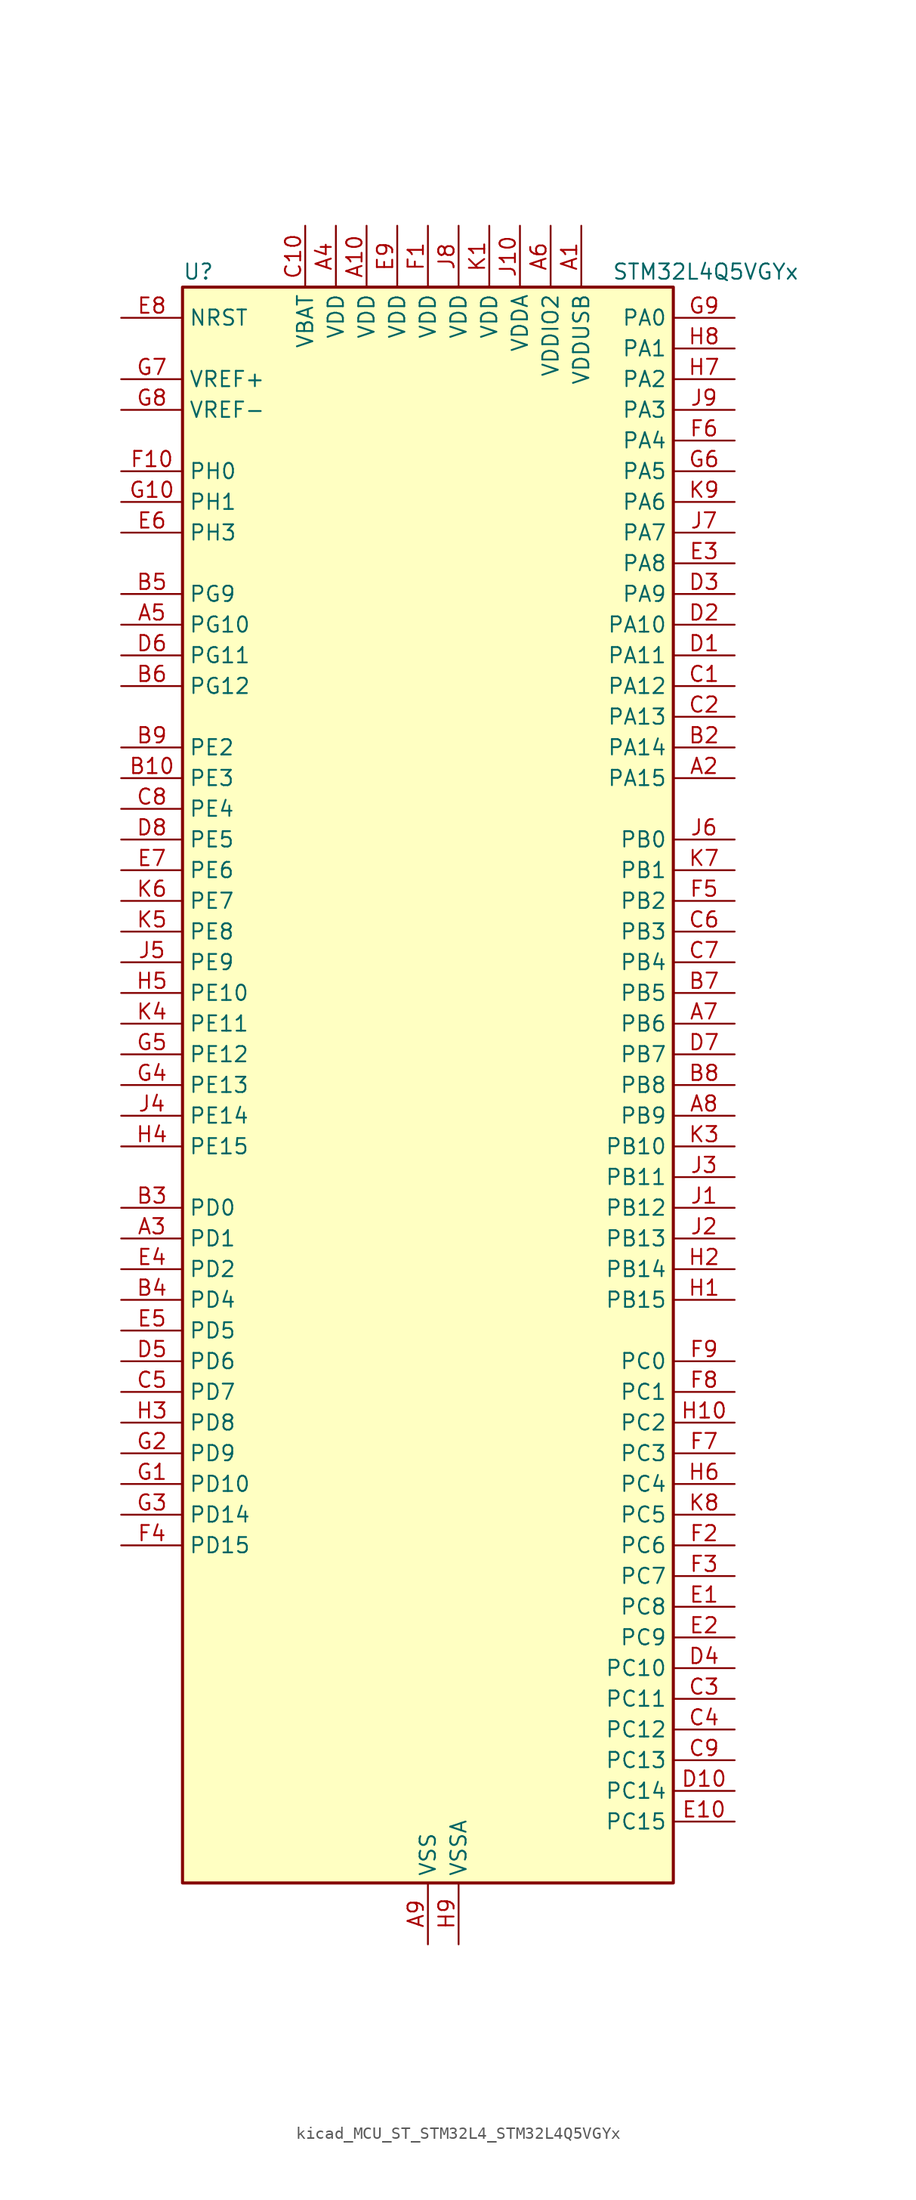
<source format=kicad_sym>
(kicad_symbol_lib
  (version 20220914)
  (generator kicad_symbol_editor)
  (symbol "kicad_MCU_ST_STM32L4_STM32L4Q5VGYx"
    (property "Reference" "U"
      (at -20.32 67.31 0)
      (effects (font (size 1.27 1.27)) (justify left)))
    (property "Value" "STM32L4Q5VGYx"
      (at 15.24 67.31 0)
      (effects (font (size 1.27 1.27)) (justify left)))
    (property "ki_locked" ""
      (at 0 0 0)
      (effects (font (size 1.27 1.27))))
    (symbol "kicad_MCU_ST_STM32L4_STM32L4Q5VGYx_0_1"
      (rectangle (start -20.32 -66.04) (end 20.32 66.04) (stroke (width 0.254) (type default)) (fill (type background))))
    (symbol "kicad_MCU_ST_STM32L4_STM32L4Q5VGYx_1_1"
      (pin power_in line (at 12.7 71.12 270) (length 5.08) (name "VDDUSB" (effects (font (size 1.27 1.27)))) (number "A1" (effects (font (size 1.27 1.27)))))
      (pin power_in line (at -5.08 71.12 270) (length 5.08) (name "VDD" (effects (font (size 1.27 1.27)))) (number "A10" (effects (font (size 1.27 1.27)))))
      (pin bidirectional line (at 25.4 25.4 180) (length 5.08) (name "PA15" (effects (font (size 1.27 1.27)))) (number "A2" (effects (font (size 1.27 1.27)))) (alternate "ADC1_EXTI15" bidirectional line) (alternate "ADC2_EXTI15" bidirectional line) (alternate "LTDC_HSYNC" bidirectional line) (alternate "SAI2_FS_B" bidirectional line) (alternate "SPI1_NSS" bidirectional line) (alternate "SPI3_NSS" bidirectional line) (alternate "SYS_JTDI" bidirectional line) (alternate "TIM2_CH1" bidirectional line) (alternate "TIM2_ETR" bidirectional line) (alternate "TSC_G3_IO1" bidirectional line) (alternate "UART4_DE" bidirectional line) (alternate "UART4_RTS" bidirectional line) (alternate "USART2_RX" bidirectional line) (alternate "USART3_DE" bidirectional line) (alternate "USART3_RTS" bidirectional line))
      (pin bidirectional line (at -25.4 -12.7 0) (length 5.08) (name "PD1" (effects (font (size 1.27 1.27)))) (number "A3" (effects (font (size 1.27 1.27)))) (alternate "CAN1_TX" bidirectional line) (alternate "FMC_D3" bidirectional line) (alternate "FMC_DA3" bidirectional line) (alternate "LTDC_B5" bidirectional line) (alternate "SPI2_SCK" bidirectional line))
      (pin power_in line (at -7.62 71.12 270) (length 5.08) (name "VDD" (effects (font (size 1.27 1.27)))) (number "A4" (effects (font (size 1.27 1.27)))))
      (pin bidirectional line (at -25.4 38.1 0) (length 5.08) (name "PG10" (effects (font (size 1.27 1.27)))) (number "A5" (effects (font (size 1.27 1.27)))) (alternate "FMC_NE3" bidirectional line) (alternate "LPTIM1_IN1" bidirectional line) (alternate "OCTOSPIM_P2_IO7" bidirectional line) (alternate "SAI2_FS_A" bidirectional line) (alternate "SDMMC2_D1" bidirectional line) (alternate "SPI3_MISO" bidirectional line) (alternate "TIM15_CH1" bidirectional line) (alternate "USART1_RX" bidirectional line))
      (pin power_in line (at 10.16 71.12 270) (length 5.08) (name "VDDIO2" (effects (font (size 1.27 1.27)))) (number "A6" (effects (font (size 1.27 1.27)))))
      (pin bidirectional line (at 25.4 5.08 180) (length 5.08) (name "PB6" (effects (font (size 1.27 1.27)))) (number "A7" (effects (font (size 1.27 1.27)))) (alternate "COMP2_INP" bidirectional line) (alternate "DCMI_D5" bidirectional line) (alternate "I2C1_SCL" bidirectional line) (alternate "I2C4_SCL" bidirectional line) (alternate "LPTIM1_ETR" bidirectional line) (alternate "LTDC_R6" bidirectional line) (alternate "PSSI_D5" bidirectional line) (alternate "SAI1_FS_B" bidirectional line) (alternate "TIM16_CH1N" bidirectional line) (alternate "TIM4_CH1" bidirectional line) (alternate "TIM8_BKIN2" bidirectional line) (alternate "TSC_G2_IO3" bidirectional line) (alternate "USART1_TX" bidirectional line))
      (pin bidirectional line (at 25.4 -2.54 180) (length 5.08) (name "PB9" (effects (font (size 1.27 1.27)))) (number "A8" (effects (font (size 1.27 1.27)))) (alternate "CAN1_TX" bidirectional line) (alternate "DAC1_EXTI9" bidirectional line) (alternate "DCMI_D7" bidirectional line) (alternate "I2C1_SDA" bidirectional line) (alternate "IR_OUT" bidirectional line) (alternate "PSSI_D7" bidirectional line) (alternate "SAI1_D2" bidirectional line) (alternate "SAI1_FS_A" bidirectional line) (alternate "SDMMC1_CDIR" bidirectional line) (alternate "SDMMC1_D5" bidirectional line) (alternate "SDMMC2_D5" bidirectional line) (alternate "SPI2_NSS" bidirectional line) (alternate "TIM17_CH1" bidirectional line) (alternate "TIM4_CH4" bidirectional line))
      (pin power_in line (at 0 -71.12 90) (length 5.08) (name "VSS" (effects (font (size 1.27 1.27)))) (number "A9" (effects (font (size 1.27 1.27)))))
      (pin passive line (at 0 -71.12 90) (length 5.08) hide (name "VSS" (effects (font (size 1.27 1.27)))) (number "B1" (effects (font (size 1.27 1.27)))))
      (pin bidirectional line (at -25.4 25.4 0) (length 5.08) (name "PE3" (effects (font (size 1.27 1.27)))) (number "B10" (effects (font (size 1.27 1.27)))) (alternate "FMC_A19" bidirectional line) (alternate "LTDC_R6" bidirectional line) (alternate "OCTOSPIM_P1_DQS" bidirectional line) (alternate "SAI1_SD_B" bidirectional line) (alternate "SYS_TRACED0" bidirectional line) (alternate "TIM3_CH1" bidirectional line) (alternate "TSC_G7_IO2" bidirectional line))
      (pin bidirectional line (at 25.4 27.94 180) (length 5.08) (name "PA14" (effects (font (size 1.27 1.27)))) (number "B2" (effects (font (size 1.27 1.27)))) (alternate "I2C1_SMBA" bidirectional line) (alternate "I2C4_SMBA" bidirectional line) (alternate "LPTIM1_OUT" bidirectional line) (alternate "SAI1_FS_B" bidirectional line) (alternate "SYS_JTCK-SWCLK" bidirectional line) (alternate "USB_OTG_FS_SOF" bidirectional line))
      (pin bidirectional line (at -25.4 -10.16 0) (length 5.08) (name "PD0" (effects (font (size 1.27 1.27)))) (number "B3" (effects (font (size 1.27 1.27)))) (alternate "CAN1_RX" bidirectional line) (alternate "FMC_D2" bidirectional line) (alternate "FMC_DA2" bidirectional line) (alternate "LTDC_B4" bidirectional line) (alternate "SPI2_NSS" bidirectional line))
      (pin bidirectional line (at -25.4 -17.78 0) (length 5.08) (name "PD4" (effects (font (size 1.27 1.27)))) (number "B4" (effects (font (size 1.27 1.27)))) (alternate "DFSDM1_CKIN0" bidirectional line) (alternate "FMC_NOE" bidirectional line) (alternate "OCTOSPIM_P1_IO4" bidirectional line) (alternate "SDMMC2_CKIN" bidirectional line) (alternate "SPI2_MOSI" bidirectional line) (alternate "USART2_DE" bidirectional line) (alternate "USART2_RTS" bidirectional line))
      (pin bidirectional line (at -25.4 40.64 0) (length 5.08) (name "PG9" (effects (font (size 1.27 1.27)))) (number "B5" (effects (font (size 1.27 1.27)))) (alternate "DAC1_EXTI9" bidirectional line) (alternate "FMC_NCE" bidirectional line) (alternate "FMC_NE2" bidirectional line) (alternate "OCTOSPIM_P2_IO6" bidirectional line) (alternate "SAI2_SCK_A" bidirectional line) (alternate "SDMMC2_D0" bidirectional line) (alternate "SPI3_SCK" bidirectional line) (alternate "TIM15_CH1N" bidirectional line) (alternate "USART1_TX" bidirectional line))
      (pin bidirectional line (at -25.4 33.02 0) (length 5.08) (name "PG12" (effects (font (size 1.27 1.27)))) (number "B6" (effects (font (size 1.27 1.27)))) (alternate "FMC_NE4" bidirectional line) (alternate "LPTIM1_ETR" bidirectional line) (alternate "OCTOSPIM_P2_NCS" bidirectional line) (alternate "SAI2_SD_A" bidirectional line) (alternate "SDMMC2_D3" bidirectional line) (alternate "SPI3_NSS" bidirectional line) (alternate "USART1_DE" bidirectional line) (alternate "USART1_RTS" bidirectional line))
      (pin bidirectional line (at 25.4 7.62 180) (length 5.08) (name "PB5" (effects (font (size 1.27 1.27)))) (number "B7" (effects (font (size 1.27 1.27)))) (alternate "COMP2_OUT" bidirectional line) (alternate "DCMI_D10" bidirectional line) (alternate "I2C1_SMBA" bidirectional line) (alternate "LPTIM1_IN1" bidirectional line) (alternate "OCTOSPIM_P1_IO0" bidirectional line) (alternate "PSSI_D10" bidirectional line) (alternate "SAI1_SD_B" bidirectional line) (alternate "SPI1_MOSI" bidirectional line) (alternate "SPI3_MOSI" bidirectional line) (alternate "TIM16_BKIN" bidirectional line) (alternate "TIM3_CH2" bidirectional line) (alternate "TSC_G2_IO2" bidirectional line) (alternate "UART5_CTS" bidirectional line) (alternate "USART1_CK" bidirectional line))
      (pin bidirectional line (at 25.4 0 180) (length 5.08) (name "PB8" (effects (font (size 1.27 1.27)))) (number "B8" (effects (font (size 1.27 1.27)))) (alternate "CAN1_RX" bidirectional line) (alternate "DCMI_D6" bidirectional line) (alternate "DFSDM1_CKOUT" bidirectional line) (alternate "I2C1_SCL" bidirectional line) (alternate "LTDC_DE" bidirectional line) (alternate "PSSI_D6" bidirectional line) (alternate "SAI1_CK1" bidirectional line) (alternate "SAI1_MCLK_A" bidirectional line) (alternate "SDMMC1_CKIN" bidirectional line) (alternate "SDMMC1_D4" bidirectional line) (alternate "SDMMC2_D4" bidirectional line) (alternate "TIM16_CH1" bidirectional line) (alternate "TIM4_CH3" bidirectional line))
      (pin bidirectional line (at -25.4 27.94 0) (length 5.08) (name "PE2" (effects (font (size 1.27 1.27)))) (number "B9" (effects (font (size 1.27 1.27)))) (alternate "FMC_A23" bidirectional line) (alternate "LTDC_R7" bidirectional line) (alternate "SAI1_CK1" bidirectional line) (alternate "SAI1_MCLK_A" bidirectional line) (alternate "SYS_TRACECLK" bidirectional line) (alternate "TIM3_ETR" bidirectional line) (alternate "TSC_G7_IO1" bidirectional line))
      (pin bidirectional line (at 25.4 33.02 180) (length 5.08) (name "PA12" (effects (font (size 1.27 1.27)))) (number "C1" (effects (font (size 1.27 1.27)))) (alternate "CAN1_TX" bidirectional line) (alternate "LTDC_VSYNC" bidirectional line) (alternate "OCTOSPIM_P2_NCS" bidirectional line) (alternate "SPI1_MOSI" bidirectional line) (alternate "TIM1_ETR" bidirectional line) (alternate "USART1_DE" bidirectional line) (alternate "USART1_RTS" bidirectional line) (alternate "USB_OTG_FS_DP" bidirectional line))
      (pin power_in line (at -10.16 71.12 270) (length 5.08) (name "VBAT" (effects (font (size 1.27 1.27)))) (number "C10" (effects (font (size 1.27 1.27)))))
      (pin bidirectional line (at 25.4 30.48 180) (length 5.08) (name "PA13" (effects (font (size 1.27 1.27)))) (number "C2" (effects (font (size 1.27 1.27)))) (alternate "IR_OUT" bidirectional line) (alternate "SAI1_SD_B" bidirectional line) (alternate "SYS_JTMS-SWDIO" bidirectional line) (alternate "USB_OTG_FS_NOE" bidirectional line))
      (pin bidirectional line (at 25.4 -50.8 180) (length 5.08) (name "PC11" (effects (font (size 1.27 1.27)))) (number "C3" (effects (font (size 1.27 1.27)))) (alternate "ADC1_EXTI11" bidirectional line) (alternate "ADC2_EXTI11" bidirectional line) (alternate "DCMI_D2" bidirectional line) (alternate "DCMI_D4" bidirectional line) (alternate "OCTOSPIM_P1_NCS" bidirectional line) (alternate "PSSI_D2" bidirectional line) (alternate "PSSI_D4" bidirectional line) (alternate "SAI2_MCLK_B" bidirectional line) (alternate "SDMMC1_D3" bidirectional line) (alternate "SPI3_MISO" bidirectional line) (alternate "TSC_G3_IO3" bidirectional line) (alternate "UART4_RX" bidirectional line) (alternate "USART3_RX" bidirectional line))
      (pin bidirectional line (at 25.4 -53.34 180) (length 5.08) (name "PC12" (effects (font (size 1.27 1.27)))) (number "C4" (effects (font (size 1.27 1.27)))) (alternate "DCMI_D9" bidirectional line) (alternate "LTDC_R6" bidirectional line) (alternate "PSSI_D9" bidirectional line) (alternate "SAI2_SD_B" bidirectional line) (alternate "SDMMC1_CK" bidirectional line) (alternate "SPI3_MOSI" bidirectional line) (alternate "SYS_TRACED3" bidirectional line) (alternate "TSC_G3_IO4" bidirectional line) (alternate "UART5_TX" bidirectional line) (alternate "USART3_CK" bidirectional line))
      (pin bidirectional line (at -25.4 -25.4 0) (length 5.08) (name "PD7" (effects (font (size 1.27 1.27)))) (number "C5" (effects (font (size 1.27 1.27)))) (alternate "DFSDM1_CKIN1" bidirectional line) (alternate "FMC_NCE" bidirectional line) (alternate "FMC_NE1" bidirectional line) (alternate "OCTOSPIM_P1_IO7" bidirectional line) (alternate "SDMMC2_CMD" bidirectional line) (alternate "USART2_CK" bidirectional line))
      (pin bidirectional line (at 25.4 12.7 180) (length 5.08) (name "PB3" (effects (font (size 1.27 1.27)))) (number "C6" (effects (font (size 1.27 1.27)))) (alternate "COMP2_INM" bidirectional line) (alternate "CRS_SYNC" bidirectional line) (alternate "OCTOSPIM_P1_IO4" bidirectional line) (alternate "SAI1_SCK_B" bidirectional line) (alternate "SDMMC2_D2" bidirectional line) (alternate "SPI1_SCK" bidirectional line) (alternate "SPI3_SCK" bidirectional line) (alternate "SYS_JTDO-SWO" bidirectional line) (alternate "TIM2_CH2" bidirectional line) (alternate "USART1_DE" bidirectional line) (alternate "USART1_RTS" bidirectional line))
      (pin bidirectional line (at 25.4 10.16 180) (length 5.08) (name "PB4" (effects (font (size 1.27 1.27)))) (number "C7" (effects (font (size 1.27 1.27)))) (alternate "COMP2_INP" bidirectional line) (alternate "DCMI_D12" bidirectional line) (alternate "I2C3_SDA" bidirectional line) (alternate "OCTOSPIM_P1_IO5" bidirectional line) (alternate "PSSI_D12" bidirectional line) (alternate "SAI1_MCLK_B" bidirectional line) (alternate "SDMMC2_D3" bidirectional line) (alternate "SPI1_MISO" bidirectional line) (alternate "SPI3_MISO" bidirectional line) (alternate "SYS_JTRST" bidirectional line) (alternate "TIM17_BKIN" bidirectional line) (alternate "TIM3_CH1" bidirectional line) (alternate "TSC_G2_IO1" bidirectional line) (alternate "UART5_DE" bidirectional line) (alternate "UART5_RTS" bidirectional line) (alternate "USART1_CTS" bidirectional line) (alternate "USART1_NSS" bidirectional line))
      (pin bidirectional line (at -25.4 22.86 0) (length 5.08) (name "PE4" (effects (font (size 1.27 1.27)))) (number "C8" (effects (font (size 1.27 1.27)))) (alternate "DCMI_D4" bidirectional line) (alternate "DFSDM1_DATIN3" bidirectional line) (alternate "FMC_A20" bidirectional line) (alternate "LTDC_B7" bidirectional line) (alternate "PSSI_D4" bidirectional line) (alternate "SAI1_D2" bidirectional line) (alternate "SAI1_FS_A" bidirectional line) (alternate "SYS_TRACED1" bidirectional line) (alternate "TIM3_CH2" bidirectional line) (alternate "TSC_G7_IO3" bidirectional line))
      (pin bidirectional line (at 25.4 -55.88 180) (length 5.08) (name "PC13" (effects (font (size 1.27 1.27)))) (number "C9" (effects (font (size 1.27 1.27)))) (alternate "RTC_OUT1" bidirectional line) (alternate "RTC_TAMP1" bidirectional line) (alternate "RTC_TS" bidirectional line) (alternate "SYS_WKUP2" bidirectional line))
      (pin bidirectional line (at 25.4 35.56 180) (length 5.08) (name "PA11" (effects (font (size 1.27 1.27)))) (number "D1" (effects (font (size 1.27 1.27)))) (alternate "ADC1_EXTI11" bidirectional line) (alternate "ADC2_EXTI11" bidirectional line) (alternate "CAN1_RX" bidirectional line) (alternate "LTDC_DE" bidirectional line) (alternate "SPI1_MISO" bidirectional line) (alternate "TIM1_BKIN2" bidirectional line) (alternate "TIM1_CH4" bidirectional line) (alternate "USART1_CTS" bidirectional line) (alternate "USART1_NSS" bidirectional line) (alternate "USB_OTG_FS_DM" bidirectional line))
      (pin bidirectional line (at 25.4 -58.42 180) (length 5.08) (name "PC14" (effects (font (size 1.27 1.27)))) (number "D10" (effects (font (size 1.27 1.27)))) (alternate "RCC_OSC32_IN" bidirectional line))
      (pin bidirectional line (at 25.4 38.1 180) (length 5.08) (name "PA10" (effects (font (size 1.27 1.27)))) (number "D2" (effects (font (size 1.27 1.27)))) (alternate "DCMI_D1" bidirectional line) (alternate "LTDC_G6" bidirectional line) (alternate "PSSI_D1" bidirectional line) (alternate "SAI1_D1" bidirectional line) (alternate "SAI1_SD_A" bidirectional line) (alternate "TIM17_BKIN" bidirectional line) (alternate "TIM1_CH3" bidirectional line) (alternate "USART1_RX" bidirectional line) (alternate "USB_OTG_FS_ID" bidirectional line))
      (pin bidirectional line (at 25.4 40.64 180) (length 5.08) (name "PA9" (effects (font (size 1.27 1.27)))) (number "D3" (effects (font (size 1.27 1.27)))) (alternate "DAC1_EXTI9" bidirectional line) (alternate "DCMI_D0" bidirectional line) (alternate "LTDC_G7" bidirectional line) (alternate "PSSI_D0" bidirectional line) (alternate "SAI1_FS_A" bidirectional line) (alternate "SPI2_SCK" bidirectional line) (alternate "TIM15_BKIN" bidirectional line) (alternate "TIM1_CH2" bidirectional line) (alternate "USART1_TX" bidirectional line) (alternate "USB_OTG_FS_VBUS" bidirectional line))
      (pin bidirectional line (at 25.4 -48.26 180) (length 5.08) (name "PC10" (effects (font (size 1.27 1.27)))) (number "D4" (effects (font (size 1.27 1.27)))) (alternate "DCMI_D8" bidirectional line) (alternate "DCMI_VSYNC" bidirectional line) (alternate "PSSI_D8" bidirectional line) (alternate "PSSI_RDY" bidirectional line) (alternate "SAI2_SCK_B" bidirectional line) (alternate "SDMMC1_D2" bidirectional line) (alternate "SPI3_SCK" bidirectional line) (alternate "SYS_TRACED1" bidirectional line) (alternate "TSC_G3_IO2" bidirectional line) (alternate "UART4_TX" bidirectional line) (alternate "USART3_TX" bidirectional line))
      (pin bidirectional line (at -25.4 -22.86 0) (length 5.08) (name "PD6" (effects (font (size 1.27 1.27)))) (number "D5" (effects (font (size 1.27 1.27)))) (alternate "DCMI_D10" bidirectional line) (alternate "DFSDM1_DATIN1" bidirectional line) (alternate "FMC_NWAIT" bidirectional line) (alternate "LTDC_DE" bidirectional line) (alternate "OCTOSPIM_P1_IO6" bidirectional line) (alternate "PSSI_D10" bidirectional line) (alternate "SAI1_D1" bidirectional line) (alternate "SAI1_SD_A" bidirectional line) (alternate "SDMMC2_CK" bidirectional line) (alternate "SPI3_MOSI" bidirectional line) (alternate "USART2_RX" bidirectional line))
      (pin bidirectional line (at -25.4 35.56 0) (length 5.08) (name "PG11" (effects (font (size 1.27 1.27)))) (number "D6" (effects (font (size 1.27 1.27)))) (alternate "ADC1_EXTI11" bidirectional line) (alternate "ADC2_EXTI11" bidirectional line) (alternate "LPTIM1_IN2" bidirectional line) (alternate "OCTOSPIM_P1_IO5" bidirectional line) (alternate "SAI2_MCLK_A" bidirectional line) (alternate "SDMMC2_D2" bidirectional line) (alternate "SPI3_MOSI" bidirectional line) (alternate "TIM15_CH2" bidirectional line) (alternate "USART1_CTS" bidirectional line) (alternate "USART1_NSS" bidirectional line))
      (pin bidirectional line (at 25.4 2.54 180) (length 5.08) (name "PB7" (effects (font (size 1.27 1.27)))) (number "D7" (effects (font (size 1.27 1.27)))) (alternate "COMP2_INM" bidirectional line) (alternate "DCMI_VSYNC" bidirectional line) (alternate "FMC_NL" bidirectional line) (alternate "I2C1_SDA" bidirectional line) (alternate "I2C4_SDA" bidirectional line) (alternate "LPTIM1_IN2" bidirectional line) (alternate "LTDC_VSYNC" bidirectional line) (alternate "PSSI_RDY" bidirectional line) (alternate "SYS_PVD_IN" bidirectional line) (alternate "TIM17_CH1N" bidirectional line) (alternate "TIM4_CH2" bidirectional line) (alternate "TIM8_BKIN" bidirectional line) (alternate "TSC_G2_IO4" bidirectional line) (alternate "UART4_CTS" bidirectional line) (alternate "USART1_RX" bidirectional line))
      (pin bidirectional line (at -25.4 20.32 0) (length 5.08) (name "PE5" (effects (font (size 1.27 1.27)))) (number "D8" (effects (font (size 1.27 1.27)))) (alternate "DCMI_D6" bidirectional line) (alternate "DFSDM1_CKIN3" bidirectional line) (alternate "FMC_A21" bidirectional line) (alternate "LTDC_G7" bidirectional line) (alternate "PSSI_D6" bidirectional line) (alternate "SAI1_CK2" bidirectional line) (alternate "SAI1_SCK_A" bidirectional line) (alternate "SYS_TRACED2" bidirectional line) (alternate "TIM3_CH3" bidirectional line) (alternate "TSC_G7_IO4" bidirectional line))
      (pin passive line (at 0 -71.12 90) (length 5.08) hide (name "VSS" (effects (font (size 1.27 1.27)))) (number "D9" (effects (font (size 1.27 1.27)))))
      (pin bidirectional line (at 25.4 -43.18 180) (length 5.08) (name "PC8" (effects (font (size 1.27 1.27)))) (number "E1" (effects (font (size 1.27 1.27)))) (alternate "DCMI_D2" bidirectional line) (alternate "PSSI_D2" bidirectional line) (alternate "SDMMC1_D0" bidirectional line) (alternate "TIM3_CH3" bidirectional line) (alternate "TIM8_CH3" bidirectional line) (alternate "TSC_G4_IO3" bidirectional line))
      (pin bidirectional line (at 25.4 -60.96 180) (length 5.08) (name "PC15" (effects (font (size 1.27 1.27)))) (number "E10" (effects (font (size 1.27 1.27)))) (alternate "ADC1_EXTI15" bidirectional line) (alternate "ADC2_EXTI15" bidirectional line) (alternate "RCC_OSC32_OUT" bidirectional line))
      (pin bidirectional line (at 25.4 -45.72 180) (length 5.08) (name "PC9" (effects (font (size 1.27 1.27)))) (number "E2" (effects (font (size 1.27 1.27)))) (alternate "DAC1_EXTI9" bidirectional line) (alternate "DCMI_D3" bidirectional line) (alternate "I2C3_SDA" bidirectional line) (alternate "PSSI_D3" bidirectional line) (alternate "SAI2_EXTCLK" bidirectional line) (alternate "SDMMC1_D1" bidirectional line) (alternate "SYS_TRACED0" bidirectional line) (alternate "TIM3_CH4" bidirectional line) (alternate "TIM8_BKIN2" bidirectional line) (alternate "TIM8_CH4" bidirectional line) (alternate "TSC_G4_IO4" bidirectional line) (alternate "USB_OTG_FS_NOE" bidirectional line))
      (pin bidirectional line (at 25.4 43.18 180) (length 5.08) (name "PA8" (effects (font (size 1.27 1.27)))) (number "E3" (effects (font (size 1.27 1.27)))) (alternate "LPTIM2_OUT" bidirectional line) (alternate "LTDC_B7" bidirectional line) (alternate "RCC_MCO" bidirectional line) (alternate "SAI1_CK2" bidirectional line) (alternate "SAI1_SCK_A" bidirectional line) (alternate "TIM1_CH1" bidirectional line) (alternate "USART1_CK" bidirectional line) (alternate "USB_OTG_FS_SOF" bidirectional line))
      (pin bidirectional line (at -25.4 -15.24 0) (length 5.08) (name "PD2" (effects (font (size 1.27 1.27)))) (number "E4" (effects (font (size 1.27 1.27)))) (alternate "DCMI_D11" bidirectional line) (alternate "PSSI_D11" bidirectional line) (alternate "SDMMC1_CMD" bidirectional line) (alternate "SYS_TRACED2" bidirectional line) (alternate "TIM3_ETR" bidirectional line) (alternate "TSC_SYNC" bidirectional line) (alternate "UART5_RX" bidirectional line) (alternate "USART3_DE" bidirectional line) (alternate "USART3_RTS" bidirectional line))
      (pin bidirectional line (at -25.4 -20.32 0) (length 5.08) (name "PD5" (effects (font (size 1.27 1.27)))) (number "E5" (effects (font (size 1.27 1.27)))) (alternate "FMC_NWE" bidirectional line) (alternate "OCTOSPIM_P1_IO5" bidirectional line) (alternate "USART2_TX" bidirectional line))
      (pin bidirectional line (at -25.4 45.72 0) (length 5.08) (name "PH3" (effects (font (size 1.27 1.27)))) (number "E6" (effects (font (size 1.27 1.27)))))
      (pin bidirectional line (at -25.4 17.78 0) (length 5.08) (name "PE6" (effects (font (size 1.27 1.27)))) (number "E7" (effects (font (size 1.27 1.27)))) (alternate "DCMI_D7" bidirectional line) (alternate "FMC_A22" bidirectional line) (alternate "LTDC_G6" bidirectional line) (alternate "PSSI_D7" bidirectional line) (alternate "RTC_TAMP3" bidirectional line) (alternate "SAI1_D1" bidirectional line) (alternate "SAI1_SD_A" bidirectional line) (alternate "SYS_TRACED3" bidirectional line) (alternate "SYS_WKUP3" bidirectional line) (alternate "TIM3_CH4" bidirectional line))
      (pin input line (at -25.4 63.5 0) (length 5.08) (name "NRST" (effects (font (size 1.27 1.27)))) (number "E8" (effects (font (size 1.27 1.27)))))
      (pin power_in line (at -2.54 71.12 270) (length 5.08) (name "VDD" (effects (font (size 1.27 1.27)))) (number "E9" (effects (font (size 1.27 1.27)))))
      (pin power_in line (at 0 71.12 270) (length 5.08) (name "VDD" (effects (font (size 1.27 1.27)))) (number "F1" (effects (font (size 1.27 1.27)))))
      (pin bidirectional line (at -25.4 50.8 0) (length 5.08) (name "PH0" (effects (font (size 1.27 1.27)))) (number "F10" (effects (font (size 1.27 1.27)))) (alternate "RCC_OSC_IN" bidirectional line))
      (pin bidirectional line (at 25.4 -38.1 180) (length 5.08) (name "PC6" (effects (font (size 1.27 1.27)))) (number "F2" (effects (font (size 1.27 1.27)))) (alternate "DCMI_D0" bidirectional line) (alternate "DFSDM1_CKIN3" bidirectional line) (alternate "LTDC_G7" bidirectional line) (alternate "PSSI_D0" bidirectional line) (alternate "SAI2_MCLK_A" bidirectional line) (alternate "SDMMC1_D0DIR" bidirectional line) (alternate "SDMMC1_D6" bidirectional line) (alternate "SDMMC2_D6" bidirectional line) (alternate "TIM3_CH1" bidirectional line) (alternate "TIM8_CH1" bidirectional line) (alternate "TSC_G4_IO1" bidirectional line))
      (pin bidirectional line (at 25.4 -40.64 180) (length 5.08) (name "PC7" (effects (font (size 1.27 1.27)))) (number "F3" (effects (font (size 1.27 1.27)))) (alternate "DCMI_D1" bidirectional line) (alternate "DFSDM1_DATIN3" bidirectional line) (alternate "LTDC_B6" bidirectional line) (alternate "PSSI_D1" bidirectional line) (alternate "SAI2_MCLK_B" bidirectional line) (alternate "SDMMC1_D123DIR" bidirectional line) (alternate "SDMMC1_D7" bidirectional line) (alternate "SDMMC2_D7" bidirectional line) (alternate "TIM3_CH2" bidirectional line) (alternate "TIM8_CH2" bidirectional line) (alternate "TSC_G4_IO2" bidirectional line))
      (pin bidirectional line (at -25.4 -38.1 0) (length 5.08) (name "PD15" (effects (font (size 1.27 1.27)))) (number "F4" (effects (font (size 1.27 1.27)))) (alternate "ADC1_EXTI15" bidirectional line) (alternate "ADC2_EXTI15" bidirectional line) (alternate "FMC_D1" bidirectional line) (alternate "FMC_DA1" bidirectional line) (alternate "LTDC_B3" bidirectional line) (alternate "TIM4_CH4" bidirectional line))
      (pin bidirectional line (at 25.4 15.24 180) (length 5.08) (name "PB2" (effects (font (size 1.27 1.27)))) (number "F5" (effects (font (size 1.27 1.27)))) (alternate "COMP1_INP" bidirectional line) (alternate "DFSDM1_CKIN0" bidirectional line) (alternate "I2C3_SMBA" bidirectional line) (alternate "LPTIM1_OUT" bidirectional line) (alternate "OCTOSPIM_P1_DQS" bidirectional line) (alternate "RTC_OUT2" bidirectional line))
      (pin bidirectional line (at 25.4 53.34 180) (length 5.08) (name "PA4" (effects (font (size 1.27 1.27)))) (number "F6" (effects (font (size 1.27 1.27)))) (alternate "ADC1_IN9" bidirectional line) (alternate "ADC2_IN9" bidirectional line) (alternate "DAC1_OUT1" bidirectional line) (alternate "DCMI_HSYNC" bidirectional line) (alternate "LPTIM2_OUT" bidirectional line) (alternate "LTDC_CLK" bidirectional line) (alternate "OCTOSPIM_P1_NCS" bidirectional line) (alternate "PSSI_DE" bidirectional line) (alternate "SAI1_FS_B" bidirectional line) (alternate "SPI1_NSS" bidirectional line) (alternate "SPI3_NSS" bidirectional line) (alternate "USART2_CK" bidirectional line))
      (pin bidirectional line (at 25.4 -30.48 180) (length 5.08) (name "PC3" (effects (font (size 1.27 1.27)))) (number "F7" (effects (font (size 1.27 1.27)))) (alternate "ADC1_IN4" bidirectional line) (alternate "ADC2_IN4" bidirectional line) (alternate "LPTIM1_ETR" bidirectional line) (alternate "LPTIM2_ETR" bidirectional line) (alternate "OCTOSPIM_P1_IO6" bidirectional line) (alternate "SAI1_D1" bidirectional line) (alternate "SAI1_SD_A" bidirectional line) (alternate "SPI2_MOSI" bidirectional line))
      (pin bidirectional line (at 25.4 -25.4 180) (length 5.08) (name "PC1" (effects (font (size 1.27 1.27)))) (number "F8" (effects (font (size 1.27 1.27)))) (alternate "ADC1_IN2" bidirectional line) (alternate "ADC2_IN2" bidirectional line) (alternate "I2C3_SDA" bidirectional line) (alternate "LPTIM1_OUT" bidirectional line) (alternate "LPUART1_TX" bidirectional line) (alternate "OCTOSPIM_P1_IO4" bidirectional line) (alternate "SAI1_SD_A" bidirectional line) (alternate "SPI2_MOSI" bidirectional line) (alternate "SYS_TRACED0" bidirectional line))
      (pin bidirectional line (at 25.4 -22.86 180) (length 5.08) (name "PC0" (effects (font (size 1.27 1.27)))) (number "F9" (effects (font (size 1.27 1.27)))) (alternate "ADC1_IN1" bidirectional line) (alternate "ADC2_IN1" bidirectional line) (alternate "I2C3_SCL" bidirectional line) (alternate "LPTIM1_IN1" bidirectional line) (alternate "LPTIM2_IN1" bidirectional line) (alternate "LPUART1_RX" bidirectional line) (alternate "LTDC_DE" bidirectional line) (alternate "SAI2_FS_A" bidirectional line) (alternate "SDMMC1_CMD" bidirectional line) (alternate "SDMMC2_CKIN" bidirectional line))
      (pin bidirectional line (at -25.4 -33.02 0) (length 5.08) (name "PD10" (effects (font (size 1.27 1.27)))) (number "G1" (effects (font (size 1.27 1.27)))) (alternate "FMC_D15" bidirectional line) (alternate "FMC_DA15" bidirectional line) (alternate "LTDC_R5" bidirectional line) (alternate "SAI2_SCK_A" bidirectional line) (alternate "USART3_CK" bidirectional line))
      (pin bidirectional line (at -25.4 48.26 0) (length 5.08) (name "PH1" (effects (font (size 1.27 1.27)))) (number "G10" (effects (font (size 1.27 1.27)))) (alternate "RCC_OSC_OUT" bidirectional line))
      (pin bidirectional line (at -25.4 -30.48 0) (length 5.08) (name "PD9" (effects (font (size 1.27 1.27)))) (number "G2" (effects (font (size 1.27 1.27)))) (alternate "DAC1_EXTI9" bidirectional line) (alternate "DCMI_PIXCLK" bidirectional line) (alternate "FMC_D14" bidirectional line) (alternate "FMC_DA14" bidirectional line) (alternate "LTDC_R4" bidirectional line) (alternate "PSSI_PDCK" bidirectional line) (alternate "SAI2_MCLK_A" bidirectional line) (alternate "USART3_RX" bidirectional line))
      (pin bidirectional line (at -25.4 -35.56 0) (length 5.08) (name "PD14" (effects (font (size 1.27 1.27)))) (number "G3" (effects (font (size 1.27 1.27)))) (alternate "FMC_D0" bidirectional line) (alternate "FMC_DA0" bidirectional line) (alternate "LTDC_B2" bidirectional line) (alternate "TIM4_CH3" bidirectional line))
      (pin bidirectional line (at -25.4 0 0) (length 5.08) (name "PE13" (effects (font (size 1.27 1.27)))) (number "G4" (effects (font (size 1.27 1.27)))) (alternate "FMC_D10" bidirectional line) (alternate "FMC_DA10" bidirectional line) (alternate "LTDC_G6" bidirectional line) (alternate "OCTOSPIM_P1_IO1" bidirectional line) (alternate "SPI1_SCK" bidirectional line) (alternate "TIM1_CH3" bidirectional line) (alternate "TSC_G5_IO4" bidirectional line))
      (pin bidirectional line (at -25.4 2.54 0) (length 5.08) (name "PE12" (effects (font (size 1.27 1.27)))) (number "G5" (effects (font (size 1.27 1.27)))) (alternate "FMC_D9" bidirectional line) (alternate "FMC_DA9" bidirectional line) (alternate "LTDC_G5" bidirectional line) (alternate "OCTOSPIM_P1_IO0" bidirectional line) (alternate "SPI1_NSS" bidirectional line) (alternate "TIM1_CH3N" bidirectional line) (alternate "TSC_G5_IO3" bidirectional line))
      (pin bidirectional line (at 25.4 50.8 180) (length 5.08) (name "PA5" (effects (font (size 1.27 1.27)))) (number "G6" (effects (font (size 1.27 1.27)))) (alternate "ADC1_IN10" bidirectional line) (alternate "ADC2_IN10" bidirectional line) (alternate "DAC1_OUT2" bidirectional line) (alternate "LPTIM2_ETR" bidirectional line) (alternate "LTDC_R7" bidirectional line) (alternate "PSSI_D14" bidirectional line) (alternate "SPI1_SCK" bidirectional line) (alternate "TIM2_CH1" bidirectional line) (alternate "TIM2_ETR" bidirectional line) (alternate "TIM8_CH1N" bidirectional line))
      (pin input line (at -25.4 58.42 0) (length 5.08) (name "VREF+" (effects (font (size 1.27 1.27)))) (number "G7" (effects (font (size 1.27 1.27)))) (alternate "VREFBUF_OUT" bidirectional line))
      (pin input line (at -25.4 55.88 0) (length 5.08) (name "VREF-" (effects (font (size 1.27 1.27)))) (number "G8" (effects (font (size 1.27 1.27)))))
      (pin bidirectional line (at 25.4 63.5 180) (length 5.08) (name "PA0" (effects (font (size 1.27 1.27)))) (number "G9" (effects (font (size 1.27 1.27)))) (alternate "ADC1_IN5" bidirectional line) (alternate "ADC2_IN5" bidirectional line) (alternate "OPAMP1_VINP" bidirectional line) (alternate "RTC_TAMP2" bidirectional line) (alternate "SAI1_EXTCLK" bidirectional line) (alternate "SYS_WKUP1" bidirectional line) (alternate "TIM2_CH1" bidirectional line) (alternate "TIM2_ETR" bidirectional line) (alternate "TIM5_CH1" bidirectional line) (alternate "TIM8_ETR" bidirectional line) (alternate "UART4_TX" bidirectional line) (alternate "USART2_CTS" bidirectional line) (alternate "USART2_NSS" bidirectional line))
      (pin bidirectional line (at 25.4 -17.78 180) (length 5.08) (name "PB15" (effects (font (size 1.27 1.27)))) (number "H1" (effects (font (size 1.27 1.27)))) (alternate "ADC1_EXTI15" bidirectional line) (alternate "ADC2_EXTI15" bidirectional line) (alternate "DFSDM1_CKIN2" bidirectional line) (alternate "OCTOSPIM_P1_IO7" bidirectional line) (alternate "RTC_REFIN" bidirectional line) (alternate "SAI2_SD_A" bidirectional line) (alternate "SDMMC2_D1" bidirectional line) (alternate "SPI2_MOSI" bidirectional line) (alternate "TIM15_CH2" bidirectional line) (alternate "TIM1_CH3N" bidirectional line) (alternate "TIM8_CH3N" bidirectional line) (alternate "TSC_G1_IO4" bidirectional line))
      (pin bidirectional line (at 25.4 -27.94 180) (length 5.08) (name "PC2" (effects (font (size 1.27 1.27)))) (number "H10" (effects (font (size 1.27 1.27)))) (alternate "ADC1_IN3" bidirectional line) (alternate "ADC2_IN3" bidirectional line) (alternate "DFSDM1_CKOUT" bidirectional line) (alternate "LPTIM1_IN2" bidirectional line) (alternate "LTDC_HSYNC" bidirectional line) (alternate "OCTOSPIM_P1_IO5" bidirectional line) (alternate "SPI2_MISO" bidirectional line))
      (pin bidirectional line (at 25.4 -15.24 180) (length 5.08) (name "PB14" (effects (font (size 1.27 1.27)))) (number "H2" (effects (font (size 1.27 1.27)))) (alternate "DFSDM1_DATIN2" bidirectional line) (alternate "I2C2_SDA" bidirectional line) (alternate "OCTOSPIM_P1_IO6" bidirectional line) (alternate "SAI2_MCLK_A" bidirectional line) (alternate "SDMMC2_D0" bidirectional line) (alternate "SPI2_MISO" bidirectional line) (alternate "TIM15_CH1" bidirectional line) (alternate "TIM1_CH2N" bidirectional line) (alternate "TIM8_CH2N" bidirectional line) (alternate "TSC_G1_IO3" bidirectional line) (alternate "USART3_DE" bidirectional line) (alternate "USART3_RTS" bidirectional line))
      (pin bidirectional line (at -25.4 -27.94 0) (length 5.08) (name "PD8" (effects (font (size 1.27 1.27)))) (number "H3" (effects (font (size 1.27 1.27)))) (alternate "DCMI_HSYNC" bidirectional line) (alternate "FMC_D13" bidirectional line) (alternate "FMC_DA13" bidirectional line) (alternate "LTDC_R3" bidirectional line) (alternate "PSSI_DE" bidirectional line) (alternate "USART3_TX" bidirectional line))
      (pin bidirectional line (at -25.4 -5.08 0) (length 5.08) (name "PE15" (effects (font (size 1.27 1.27)))) (number "H4" (effects (font (size 1.27 1.27)))) (alternate "ADC1_EXTI15" bidirectional line) (alternate "ADC2_EXTI15" bidirectional line) (alternate "FMC_D12" bidirectional line) (alternate "FMC_DA12" bidirectional line) (alternate "LTDC_R2" bidirectional line) (alternate "OCTOSPIM_P1_IO3" bidirectional line) (alternate "SPI1_MOSI" bidirectional line) (alternate "TIM1_BKIN" bidirectional line))
      (pin bidirectional line (at -25.4 7.62 0) (length 5.08) (name "PE10" (effects (font (size 1.27 1.27)))) (number "H5" (effects (font (size 1.27 1.27)))) (alternate "FMC_D7" bidirectional line) (alternate "FMC_DA7" bidirectional line) (alternate "LTDC_G3" bidirectional line) (alternate "OCTOSPIM_P1_CLK" bidirectional line) (alternate "SAI1_MCLK_B" bidirectional line) (alternate "TIM1_CH2N" bidirectional line) (alternate "TSC_G5_IO1" bidirectional line))
      (pin bidirectional line (at 25.4 -33.02 180) (length 5.08) (name "PC4" (effects (font (size 1.27 1.27)))) (number "H6" (effects (font (size 1.27 1.27)))) (alternate "ADC1_IN13" bidirectional line) (alternate "ADC2_IN13" bidirectional line) (alternate "COMP1_INM" bidirectional line) (alternate "OCTOSPIM_P1_IO7" bidirectional line) (alternate "OCTOSPIM_P2_NCS" bidirectional line) (alternate "USART3_TX" bidirectional line))
      (pin bidirectional line (at 25.4 58.42 180) (length 5.08) (name "PA2" (effects (font (size 1.27 1.27)))) (number "H7" (effects (font (size 1.27 1.27)))) (alternate "ADC1_IN7" bidirectional line) (alternate "ADC2_IN7" bidirectional line) (alternate "LPUART1_TX" bidirectional line) (alternate "OCTOSPIM_P1_NCS" bidirectional line) (alternate "RCC_LSCO" bidirectional line) (alternate "SAI2_EXTCLK" bidirectional line) (alternate "SYS_WKUP4" bidirectional line) (alternate "TIM15_CH1" bidirectional line) (alternate "TIM2_CH3" bidirectional line) (alternate "TIM5_CH3" bidirectional line) (alternate "USART2_TX" bidirectional line))
      (pin bidirectional line (at 25.4 60.96 180) (length 5.08) (name "PA1" (effects (font (size 1.27 1.27)))) (number "H8" (effects (font (size 1.27 1.27)))) (alternate "ADC1_IN6" bidirectional line) (alternate "ADC2_IN6" bidirectional line) (alternate "I2C1_SMBA" bidirectional line) (alternate "OCTOSPIM_P1_DQS" bidirectional line) (alternate "OPAMP1_VINM" bidirectional line) (alternate "SDMMC2_CMD" bidirectional line) (alternate "SPI1_SCK" bidirectional line) (alternate "TIM15_CH1N" bidirectional line) (alternate "TIM2_CH2" bidirectional line) (alternate "TIM5_CH2" bidirectional line) (alternate "UART4_RX" bidirectional line) (alternate "USART2_DE" bidirectional line) (alternate "USART2_RTS" bidirectional line))
      (pin power_in line (at 2.54 -71.12 90) (length 5.08) (name "VSSA" (effects (font (size 1.27 1.27)))) (number "H9" (effects (font (size 1.27 1.27)))))
      (pin bidirectional line (at 25.4 -10.16 180) (length 5.08) (name "PB12" (effects (font (size 1.27 1.27)))) (number "J1" (effects (font (size 1.27 1.27)))) (alternate "DFSDM1_DATIN1" bidirectional line) (alternate "I2C2_SMBA" bidirectional line) (alternate "LPUART1_DE" bidirectional line) (alternate "LPUART1_RTS" bidirectional line) (alternate "OCTOSPIM_P1_NCLK" bidirectional line) (alternate "SAI2_FS_A" bidirectional line) (alternate "SDMMC2_CK" bidirectional line) (alternate "SPI2_NSS" bidirectional line) (alternate "TIM15_BKIN" bidirectional line) (alternate "TIM1_BKIN" bidirectional line) (alternate "TSC_G1_IO1" bidirectional line) (alternate "USART3_CK" bidirectional line))
      (pin power_in line (at 7.62 71.12 270) (length 5.08) (name "VDDA" (effects (font (size 1.27 1.27)))) (number "J10" (effects (font (size 1.27 1.27)))))
      (pin bidirectional line (at 25.4 -12.7 180) (length 5.08) (name "PB13" (effects (font (size 1.27 1.27)))) (number "J2" (effects (font (size 1.27 1.27)))) (alternate "DFSDM1_CKIN1" bidirectional line) (alternate "I2C2_SCL" bidirectional line) (alternate "LPUART1_CTS" bidirectional line) (alternate "OCTOSPIM_P1_IO1" bidirectional line) (alternate "SAI2_SCK_A" bidirectional line) (alternate "SPI2_SCK" bidirectional line) (alternate "TIM15_CH1N" bidirectional line) (alternate "TIM1_CH1N" bidirectional line) (alternate "TSC_G1_IO2" bidirectional line) (alternate "USART3_CTS" bidirectional line) (alternate "USART3_NSS" bidirectional line))
      (pin bidirectional line (at 25.4 -7.62 180) (length 5.08) (name "PB11" (effects (font (size 1.27 1.27)))) (number "J3" (effects (font (size 1.27 1.27)))) (alternate "ADC1_EXTI11" bidirectional line) (alternate "ADC2_EXTI11" bidirectional line) (alternate "COMP2_OUT" bidirectional line) (alternate "I2C2_SDA" bidirectional line) (alternate "I2C4_SDA" bidirectional line) (alternate "LPUART1_TX" bidirectional line) (alternate "LTDC_VSYNC" bidirectional line) (alternate "OCTOSPIM_P1_NCS" bidirectional line) (alternate "TIM2_CH4" bidirectional line) (alternate "USART3_RX" bidirectional line))
      (pin bidirectional line (at -25.4 -2.54 0) (length 5.08) (name "PE14" (effects (font (size 1.27 1.27)))) (number "J4" (effects (font (size 1.27 1.27)))) (alternate "FMC_D11" bidirectional line) (alternate "FMC_DA11" bidirectional line) (alternate "LTDC_G7" bidirectional line) (alternate "OCTOSPIM_P1_IO2" bidirectional line) (alternate "SPI1_MISO" bidirectional line) (alternate "TIM1_BKIN2" bidirectional line) (alternate "TIM1_CH4" bidirectional line))
      (pin bidirectional line (at -25.4 10.16 0) (length 5.08) (name "PE9" (effects (font (size 1.27 1.27)))) (number "J5" (effects (font (size 1.27 1.27)))) (alternate "DAC1_EXTI9" bidirectional line) (alternate "DFSDM1_CKOUT" bidirectional line) (alternate "FMC_D6" bidirectional line) (alternate "FMC_DA6" bidirectional line) (alternate "LTDC_G2" bidirectional line) (alternate "OCTOSPIM_P1_NCLK" bidirectional line) (alternate "SAI1_FS_B" bidirectional line) (alternate "TIM1_CH1" bidirectional line))
      (pin bidirectional line (at 25.4 20.32 180) (length 5.08) (name "PB0" (effects (font (size 1.27 1.27)))) (number "J6" (effects (font (size 1.27 1.27)))) (alternate "ADC1_IN15" bidirectional line) (alternate "ADC2_IN15" bidirectional line) (alternate "COMP1_OUT" bidirectional line) (alternate "LTDC_B6" bidirectional line) (alternate "OCTOSPIM_P1_IO1" bidirectional line) (alternate "OPAMP2_VOUT" bidirectional line) (alternate "SAI1_EXTCLK" bidirectional line) (alternate "SPI1_NSS" bidirectional line) (alternate "TIM1_CH2N" bidirectional line) (alternate "TIM3_CH3" bidirectional line) (alternate "TIM8_CH2N" bidirectional line) (alternate "USART3_CK" bidirectional line))
      (pin bidirectional line (at 25.4 45.72 180) (length 5.08) (name "PA7" (effects (font (size 1.27 1.27)))) (number "J7" (effects (font (size 1.27 1.27)))) (alternate "ADC1_IN12" bidirectional line) (alternate "ADC2_IN12" bidirectional line) (alternate "I2C3_SCL" bidirectional line) (alternate "OCTOSPIM_P1_IO2" bidirectional line) (alternate "OPAMP2_VINM" bidirectional line) (alternate "SPI1_MOSI" bidirectional line) (alternate "TIM17_CH1" bidirectional line) (alternate "TIM1_CH1N" bidirectional line) (alternate "TIM3_CH2" bidirectional line) (alternate "TIM8_CH1N" bidirectional line))
      (pin power_in line (at 2.54 71.12 270) (length 5.08) (name "VDD" (effects (font (size 1.27 1.27)))) (number "J8" (effects (font (size 1.27 1.27)))))
      (pin bidirectional line (at 25.4 55.88 180) (length 5.08) (name "PA3" (effects (font (size 1.27 1.27)))) (number "J9" (effects (font (size 1.27 1.27)))) (alternate "ADC1_IN8" bidirectional line) (alternate "ADC2_IN8" bidirectional line) (alternate "LPUART1_RX" bidirectional line) (alternate "OCTOSPIM_P1_CLK" bidirectional line) (alternate "OPAMP1_VOUT" bidirectional line) (alternate "SAI1_CK1" bidirectional line) (alternate "SAI1_MCLK_A" bidirectional line) (alternate "TIM15_CH2" bidirectional line) (alternate "TIM2_CH4" bidirectional line) (alternate "TIM5_CH4" bidirectional line) (alternate "USART2_RX" bidirectional line))
      (pin power_in line (at 5.08 71.12 270) (length 5.08) (name "VDD" (effects (font (size 1.27 1.27)))) (number "K1" (effects (font (size 1.27 1.27)))))
      (pin passive line (at 0 -71.12 90) (length 5.08) hide (name "VSS" (effects (font (size 1.27 1.27)))) (number "K10" (effects (font (size 1.27 1.27)))))
      (pin passive line (at 0 -71.12 90) (length 5.08) hide (name "VSS" (effects (font (size 1.27 1.27)))) (number "K2" (effects (font (size 1.27 1.27)))))
      (pin bidirectional line (at 25.4 -5.08 180) (length 5.08) (name "PB10" (effects (font (size 1.27 1.27)))) (number "K3" (effects (font (size 1.27 1.27)))) (alternate "COMP1_OUT" bidirectional line) (alternate "I2C2_SCL" bidirectional line) (alternate "I2C4_SCL" bidirectional line) (alternate "LPUART1_RX" bidirectional line) (alternate "OCTOSPIM_P1_CLK" bidirectional line) (alternate "OCTOSPIM_P1_IO3" bidirectional line) (alternate "SAI1_SCK_A" bidirectional line) (alternate "SPI2_SCK" bidirectional line) (alternate "TIM2_CH3" bidirectional line) (alternate "TSC_SYNC" bidirectional line) (alternate "USART3_TX" bidirectional line))
      (pin bidirectional line (at -25.4 5.08 0) (length 5.08) (name "PE11" (effects (font (size 1.27 1.27)))) (number "K4" (effects (font (size 1.27 1.27)))) (alternate "ADC1_EXTI11" bidirectional line) (alternate "ADC2_EXTI11" bidirectional line) (alternate "FMC_D8" bidirectional line) (alternate "FMC_DA8" bidirectional line) (alternate "LTDC_G4" bidirectional line) (alternate "OCTOSPIM_P1_NCS" bidirectional line) (alternate "TIM1_CH2" bidirectional line) (alternate "TSC_G5_IO2" bidirectional line))
      (pin bidirectional line (at -25.4 12.7 0) (length 5.08) (name "PE8" (effects (font (size 1.27 1.27)))) (number "K5" (effects (font (size 1.27 1.27)))) (alternate "DFSDM1_CKIN2" bidirectional line) (alternate "FMC_D5" bidirectional line) (alternate "FMC_DA5" bidirectional line) (alternate "LTDC_B7" bidirectional line) (alternate "SAI1_SCK_B" bidirectional line) (alternate "TIM1_CH1N" bidirectional line))
      (pin bidirectional line (at -25.4 15.24 0) (length 5.08) (name "PE7" (effects (font (size 1.27 1.27)))) (number "K6" (effects (font (size 1.27 1.27)))) (alternate "DFSDM1_DATIN2" bidirectional line) (alternate "FMC_D4" bidirectional line) (alternate "FMC_DA4" bidirectional line) (alternate "LTDC_B6" bidirectional line) (alternate "SAI1_SD_B" bidirectional line) (alternate "TIM1_ETR" bidirectional line))
      (pin bidirectional line (at 25.4 17.78 180) (length 5.08) (name "PB1" (effects (font (size 1.27 1.27)))) (number "K7" (effects (font (size 1.27 1.27)))) (alternate "ADC1_IN16" bidirectional line) (alternate "ADC2_IN16" bidirectional line) (alternate "COMP1_INM" bidirectional line) (alternate "DFSDM1_DATIN0" bidirectional line) (alternate "LPTIM2_IN1" bidirectional line) (alternate "LPUART1_DE" bidirectional line) (alternate "LPUART1_RTS" bidirectional line) (alternate "LTDC_G6" bidirectional line) (alternate "OCTOSPIM_P1_IO0" bidirectional line) (alternate "TIM1_CH3N" bidirectional line) (alternate "TIM3_CH4" bidirectional line) (alternate "TIM8_CH3N" bidirectional line) (alternate "USART3_DE" bidirectional line) (alternate "USART3_RTS" bidirectional line))
      (pin bidirectional line (at 25.4 -35.56 180) (length 5.08) (name "PC5" (effects (font (size 1.27 1.27)))) (number "K8" (effects (font (size 1.27 1.27)))) (alternate "ADC1_IN14" bidirectional line) (alternate "ADC2_IN14" bidirectional line) (alternate "COMP1_INP" bidirectional line) (alternate "LTDC_CLK" bidirectional line) (alternate "PSSI_D15" bidirectional line) (alternate "SAI1_D3" bidirectional line) (alternate "SYS_WKUP5" bidirectional line) (alternate "USART3_RX" bidirectional line))
      (pin bidirectional line (at 25.4 48.26 180) (length 5.08) (name "PA6" (effects (font (size 1.27 1.27)))) (number "K9" (effects (font (size 1.27 1.27)))) (alternate "ADC1_IN11" bidirectional line) (alternate "ADC2_IN11" bidirectional line) (alternate "DCMI_PIXCLK" bidirectional line) (alternate "LPUART1_CTS" bidirectional line) (alternate "OCTOSPIM_P1_IO3" bidirectional line) (alternate "OPAMP2_VINP" bidirectional line) (alternate "PSSI_PDCK" bidirectional line) (alternate "SPI1_MISO" bidirectional line) (alternate "TIM16_CH1" bidirectional line) (alternate "TIM1_BKIN" bidirectional line) (alternate "TIM3_CH1" bidirectional line) (alternate "TIM8_BKIN" bidirectional line) (alternate "USART3_CTS" bidirectional line) (alternate "USART3_NSS" bidirectional line)))))
</source>
